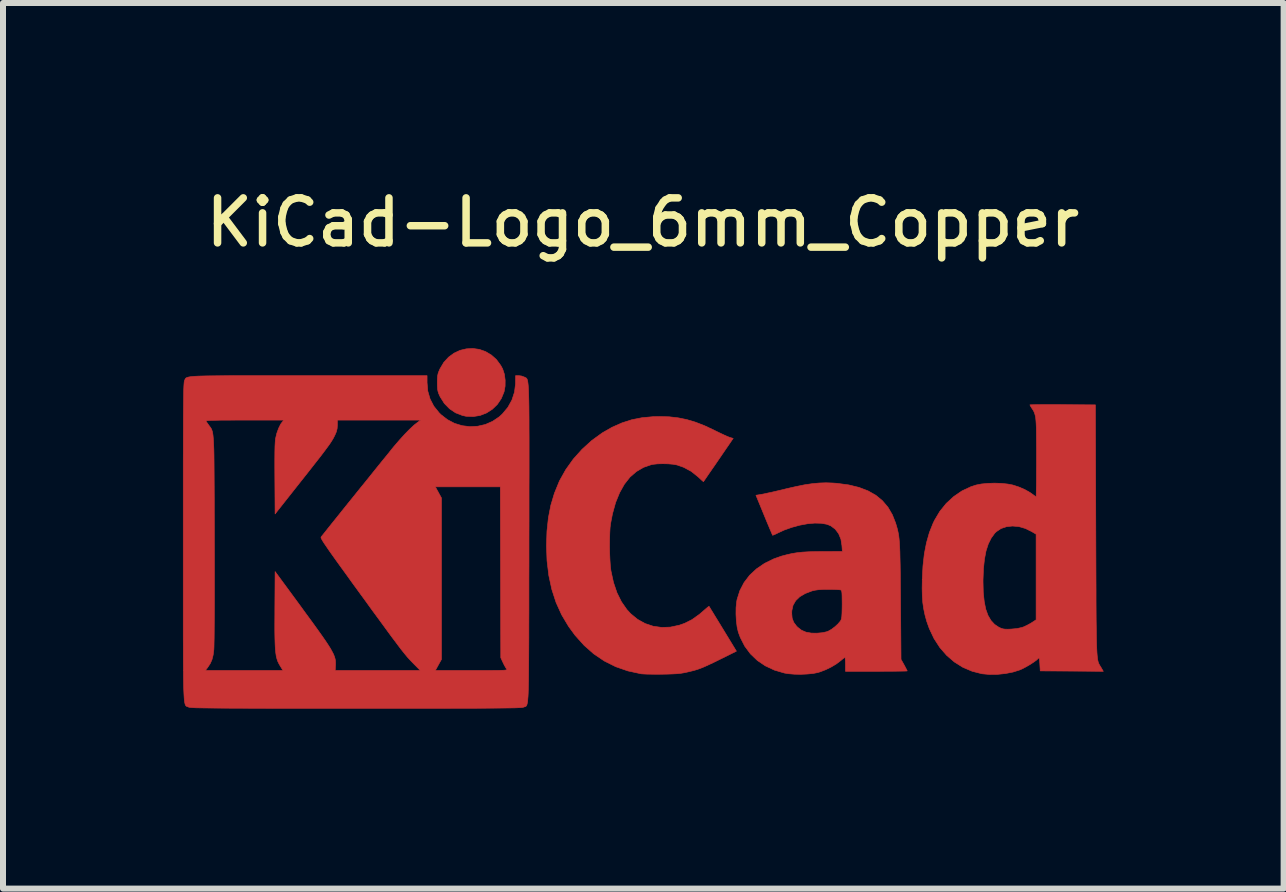
<source format=kicad_pcb>
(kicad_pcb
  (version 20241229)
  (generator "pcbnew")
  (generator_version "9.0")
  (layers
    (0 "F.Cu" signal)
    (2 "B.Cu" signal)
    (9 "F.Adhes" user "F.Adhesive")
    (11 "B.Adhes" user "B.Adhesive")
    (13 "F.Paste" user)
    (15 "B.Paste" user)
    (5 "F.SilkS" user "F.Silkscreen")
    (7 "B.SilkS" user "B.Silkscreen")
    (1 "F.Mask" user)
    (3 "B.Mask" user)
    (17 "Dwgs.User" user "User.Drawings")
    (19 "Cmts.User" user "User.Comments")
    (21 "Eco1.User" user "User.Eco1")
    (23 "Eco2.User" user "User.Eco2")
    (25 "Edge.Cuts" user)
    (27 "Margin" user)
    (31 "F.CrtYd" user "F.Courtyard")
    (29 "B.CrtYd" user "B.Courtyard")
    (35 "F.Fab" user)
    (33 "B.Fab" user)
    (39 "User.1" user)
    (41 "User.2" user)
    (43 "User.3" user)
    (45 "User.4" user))
  (footprint "KiCad-Logo_6mm_Copper"
    (layer "F.Cu")
    (at 7.666 5.738)
    (property "Reference" "KiCad-Logo_6mm_Copper" (at 0 -5.08 0) (layer "F.SilkS") (effects (font (size 0.75 0.75) (thickness 0.125))))
    (attr exclude_from_pos_files exclude_from_bom allow_missing_courtyard)
    (fp_poly (pts (xy -2.726 -2.964) (xy -2.623 -2.928) (xy -2.527 -2.871) (xy -2.441 -2.795) (xy -2.369 -2.697) (xy -2.336 -2.636) (xy -2.308 -2.55) (xy -2.295 -2.451) (xy -2.296 -2.35) (xy -2.313 -2.257) (xy -2.359 -2.145) (xy -2.425 -2.047) (xy -2.509 -1.966) (xy -2.606 -1.904) (xy -2.714 -1.862) (xy -2.829 -1.844) (xy -2.948 -1.849) (xy -3.007 -1.862) (xy -3.121 -1.906) (xy -3.222 -1.974) (xy -3.309 -2.063) (xy -3.377 -2.171) (xy -3.383 -2.183) (xy -3.403 -2.227) (xy -3.415 -2.265) (xy -3.422 -2.304) (xy -3.425 -2.355) (xy -3.426 -2.41) (xy -3.425 -2.476) (xy -3.421 -2.523) (xy -3.413 -2.562) (xy -3.399 -2.6) (xy -3.382 -2.639) (xy -3.318 -2.747) (xy -3.238 -2.834) (xy -3.147 -2.901) (xy -3.047 -2.948) (xy -2.941 -2.973) (xy -2.833 -2.979) (xy -2.726 -2.964)) (stroke (width 0.01) (type solid)) (fill yes) (layer "F.Cu"))
    (fp_poly (pts (xy 0.44 -1.84) (xy 0.588 -1.823) (xy 0.731 -1.794) (xy 0.876 -1.751) (xy 1.028 -1.692) (xy 1.192 -1.615) (xy 1.222 -1.6) (xy 1.29 -1.567) (xy 1.354 -1.537) (xy 1.408 -1.513) (xy 1.446 -1.498) (xy 1.451 -1.496) (xy 1.506 -1.48) (xy 1.26 -1.121) (xy 1.2 -1.033) (xy 1.144 -0.953) (xy 1.096 -0.883) (xy 1.057 -0.826) (xy 1.029 -0.785) (xy 1.013 -0.763) (xy 1.011 -0.759) (xy 1 -0.767) (xy 0.975 -0.789) (xy 0.939 -0.823) (xy 0.919 -0.841) (xy 0.806 -0.931) (xy 0.679 -0.999) (xy 0.57 -1.037) (xy 0.504 -1.049) (xy 0.422 -1.056) (xy 0.333 -1.058) (xy 0.247 -1.056) (xy 0.173 -1.048) (xy 0.144 -1.043) (xy 0.011 -0.997) (xy -0.108 -0.927) (xy -0.215 -0.834) (xy -0.308 -0.716) (xy -0.387 -0.575) (xy -0.454 -0.411) (xy -0.506 -0.223) (xy -0.537 -0.062) (xy -0.546 0.009) (xy -0.551 0.101) (xy -0.554 0.207) (xy -0.555 0.32) (xy -0.553 0.435) (xy -0.548 0.544) (xy -0.542 0.64) (xy -0.533 0.718) (xy -0.531 0.73) (xy -0.489 0.923) (xy -0.431 1.094) (xy -0.357 1.243) (xy -0.267 1.372) (xy -0.203 1.442) (xy -0.089 1.536) (xy 0.037 1.606) (xy 0.172 1.651) (xy 0.313 1.671) (xy 0.459 1.666) (xy 0.608 1.634) (xy 0.696 1.603) (xy 0.818 1.542) (xy 0.943 1.453) (xy 1.013 1.393) (xy 1.053 1.358) (xy 1.084 1.332) (xy 1.101 1.32) (xy 1.104 1.32) (xy 1.112 1.332) (xy 1.132 1.366) (xy 1.163 1.416) (xy 1.203 1.482) (xy 1.251 1.56) (xy 1.304 1.647) (xy 1.334 1.696) (xy 1.56 2.067) (xy 1.278 2.207) (xy 1.176 2.257) (xy 1.093 2.296) (xy 1.025 2.327) (xy 0.966 2.351) (xy 0.911 2.371) (xy 0.855 2.388) (xy 0.794 2.403) (xy 0.735 2.417) (xy 0.682 2.428) (xy 0.627 2.437) (xy 0.565 2.443) (xy 0.488 2.447) (xy 0.394 2.45) (xy 0.33 2.451) (xy 0.238 2.452) (xy 0.151 2.451) (xy 0.073 2.45) (xy 0.01 2.447) (xy -0.032 2.444) (xy -0.034 2.443) (xy -0.25 2.396) (xy -0.452 2.326) (xy -0.642 2.231) (xy -0.818 2.112) (xy -0.98 1.969) (xy -1.129 1.803) (xy -1.238 1.654) (xy -1.353 1.461) (xy -1.446 1.256) (xy -1.517 1.038) (xy -1.567 0.807) (xy -1.597 0.56) (xy -1.606 0.309) (xy -1.598 0.066) (xy -1.574 -0.158) (xy -1.533 -0.368) (xy -1.474 -0.565) (xy -1.396 -0.756) (xy -1.387 -0.776) (xy -1.284 -0.96) (xy -1.159 -1.135) (xy -1.013 -1.298) (xy -0.851 -1.445) (xy -0.676 -1.572) (xy -0.514 -1.665) (xy -0.349 -1.738) (xy -0.185 -1.791) (xy -0.013 -1.825) (xy 0.171 -1.842) (xy 0.281 -1.844) (xy 0.44 -1.84)) (stroke (width 0.01) (type solid)) (fill yes) (layer "F.Cu"))
    (fp_poly (pts (xy 6.842 -2.043) (xy 6.959 -2.043) (xy 6.999 -2.042) (xy 7.544 -2.039) (xy 7.551 0.055) (xy 7.552 0.339) (xy 7.553 0.597) (xy 7.554 0.83) (xy 7.555 1.039) (xy 7.555 1.227) (xy 7.556 1.393) (xy 7.557 1.54) (xy 7.559 1.669) (xy 7.56 1.782) (xy 7.562 1.879) (xy 7.564 1.961) (xy 7.567 2.031) (xy 7.57 2.09) (xy 7.574 2.138) (xy 7.578 2.177) (xy 7.582 2.209) (xy 7.588 2.235) (xy 7.594 2.257) (xy 7.601 2.274) (xy 7.609 2.29) (xy 7.618 2.305) (xy 7.627 2.32) (xy 7.638 2.337) (xy 7.64 2.341) (xy 7.676 2.403) (xy 7.15 2.399) (xy 6.625 2.396) (xy 6.618 2.28) (xy 6.614 2.225) (xy 6.61 2.193) (xy 6.605 2.18) (xy 6.597 2.183) (xy 6.59 2.19) (xy 6.561 2.217) (xy 6.514 2.251) (xy 6.456 2.289) (xy 6.392 2.326) (xy 6.33 2.359) (xy 6.283 2.38) (xy 6.171 2.415) (xy 6.044 2.44) (xy 5.909 2.454) (xy 5.777 2.455) (xy 5.656 2.444) (xy 5.654 2.444) (xy 5.49 2.402) (xy 5.335 2.336) (xy 5.193 2.247) (xy 5.065 2.137) (xy 4.951 2.006) (xy 4.854 1.856) (xy 4.775 1.689) (xy 4.731 1.565) (xy 4.703 1.462) (xy 4.682 1.361) (xy 4.667 1.258) (xy 4.659 1.146) (xy 4.656 1.019) (xy 4.658 0.915) (xy 5.671 0.915) (xy 5.675 1.089) (xy 5.691 1.239) (xy 5.716 1.366) (xy 5.754 1.471) (xy 5.803 1.555) (xy 5.864 1.621) (xy 5.934 1.668) (xy 5.971 1.685) (xy 6.003 1.695) (xy 6.038 1.7) (xy 6.086 1.701) (xy 6.137 1.699) (xy 6.238 1.69) (xy 6.318 1.672) (xy 6.343 1.664) (xy 6.4 1.638) (xy 6.461 1.605) (xy 6.487 1.589) (xy 6.556 1.544) (xy 6.556 0.117) (xy 6.48 0.072) (xy 6.375 0.021) (xy 6.268 -0.01) (xy 6.162 -0.019) (xy 6.061 -0.008) (xy 5.97 0.023) (xy 5.893 0.075) (xy 5.868 0.099) (xy 5.808 0.181) (xy 5.759 0.279) (xy 5.721 0.396) (xy 5.695 0.533) (xy 5.678 0.692) (xy 5.671 0.876) (xy 5.671 0.915) (xy 4.658 0.915) (xy 4.658 0.872) (xy 4.67 0.646) (xy 4.693 0.442) (xy 4.729 0.258) (xy 4.777 0.089) (xy 4.839 -0.066) (xy 4.861 -0.112) (xy 4.95 -0.262) (xy 5.058 -0.396) (xy 5.182 -0.51) (xy 5.319 -0.604) (xy 5.468 -0.674) (xy 5.557 -0.703) (xy 5.644 -0.72) (xy 5.749 -0.73) (xy 5.863 -0.734) (xy 5.977 -0.73) (xy 6.083 -0.719) (xy 6.167 -0.703) (xy 6.268 -0.67) (xy 6.366 -0.628) (xy 6.451 -0.58) (xy 6.497 -0.548) (xy 6.528 -0.525) (xy 6.55 -0.51) (xy 6.555 -0.508) (xy 6.557 -0.521) (xy 6.558 -0.559) (xy 6.559 -0.619) (xy 6.561 -0.699) (xy 6.562 -0.795) (xy 6.562 -0.906) (xy 6.563 -1.027) (xy 6.563 -1.151) (xy 6.563 -1.31) (xy 6.562 -1.444) (xy 6.561 -1.555) (xy 6.56 -1.647) (xy 6.557 -1.721) (xy 6.553 -1.781) (xy 6.548 -1.829) (xy 6.54 -1.867) (xy 6.531 -1.898) (xy 6.52 -1.925) (xy 6.507 -1.949) (xy 6.49 -1.975) (xy 6.488 -1.978) (xy 6.467 -2.011) (xy 6.455 -2.034) (xy 6.453 -2.039) (xy 6.466 -2.04) (xy 6.504 -2.041) (xy 6.563 -2.042) (xy 6.642 -2.043) (xy 6.735 -2.043) (xy 6.842 -2.043)) (stroke (width 0.01) (type solid)) (fill yes) (layer "F.Cu"))
    (fp_poly (pts (xy 3.168 -0.736) (xy 3.236 -0.731) (xy 3.43 -0.705) (xy 3.603 -0.663) (xy 3.753 -0.606) (xy 3.884 -0.532) (xy 3.994 -0.441) (xy 4.086 -0.333) (xy 4.16 -0.206) (xy 4.214 -0.069) (xy 4.227 -0.025) (xy 4.239 0.016) (xy 4.249 0.057) (xy 4.258 0.099) (xy 4.266 0.145) (xy 4.272 0.196) (xy 4.277 0.257) (xy 4.281 0.327) (xy 4.285 0.411) (xy 4.287 0.509) (xy 4.29 0.624) (xy 4.292 0.759) (xy 4.293 0.915) (xy 4.295 1.095) (xy 4.296 1.236) (xy 4.304 2.204) (xy 4.356 2.297) (xy 4.38 2.342) (xy 4.398 2.377) (xy 4.407 2.395) (xy 4.407 2.396) (xy 4.394 2.398) (xy 4.356 2.399) (xy 4.297 2.4) (xy 4.22 2.401) (xy 4.127 2.402) (xy 4.021 2.402) (xy 3.906 2.403) (xy 3.892 2.403) (xy 3.378 2.403) (xy 3.378 2.286) (xy 3.377 2.233) (xy 3.374 2.193) (xy 3.371 2.171) (xy 3.369 2.169) (xy 3.356 2.178) (xy 3.328 2.2) (xy 3.291 2.231) (xy 3.29 2.231) (xy 3.224 2.281) (xy 3.14 2.331) (xy 3.048 2.376) (xy 2.957 2.411) (xy 2.918 2.423) (xy 2.838 2.439) (xy 2.741 2.448) (xy 2.635 2.453) (xy 2.528 2.451) (xy 2.43 2.443) (xy 2.362 2.432) (xy 2.194 2.383) (xy 2.042 2.312) (xy 1.909 2.222) (xy 1.794 2.112) (xy 1.699 1.984) (xy 1.625 1.839) (xy 1.592 1.751) (xy 1.572 1.665) (xy 1.559 1.562) (xy 1.553 1.451) (xy 1.553 1.435) (xy 2.482 1.435) (xy 2.489 1.517) (xy 2.515 1.586) (xy 2.562 1.649) (xy 2.581 1.668) (xy 2.645 1.718) (xy 2.72 1.75) (xy 2.81 1.766) (xy 2.904 1.767) (xy 2.994 1.759) (xy 3.062 1.744) (xy 3.092 1.733) (xy 3.145 1.703) (xy 3.202 1.66) (xy 3.254 1.612) (xy 3.293 1.566) (xy 3.303 1.549) (xy 3.311 1.526) (xy 3.317 1.488) (xy 3.32 1.433) (xy 3.322 1.357) (xy 3.323 1.284) (xy 3.322 1.199) (xy 3.321 1.138) (xy 3.319 1.096) (xy 3.315 1.07) (xy 3.309 1.055) (xy 3.301 1.048) (xy 3.299 1.046) (xy 3.276 1.043) (xy 3.233 1.04) (xy 3.173 1.038) (xy 3.104 1.037) (xy 3.089 1.037) (xy 2.997 1.038) (xy 2.925 1.043) (xy 2.869 1.051) (xy 2.822 1.062) (xy 2.706 1.106) (xy 2.615 1.16) (xy 2.548 1.225) (xy 2.504 1.302) (xy 2.484 1.391) (xy 2.482 1.435) (xy 1.553 1.435) (xy 1.554 1.342) (xy 1.564 1.245) (xy 1.571 1.205) (xy 1.617 1.059) (xy 1.687 0.924) (xy 1.78 0.802) (xy 1.895 0.695) (xy 2.03 0.603) (xy 2.183 0.528) (xy 2.313 0.482) (xy 2.401 0.459) (xy 2.484 0.44) (xy 2.569 0.426) (xy 2.661 0.416) (xy 2.765 0.41) (xy 2.888 0.407) (xy 2.998 0.406) (xy 3.326 0.405) (xy 3.319 0.307) (xy 3.302 0.2) (xy 3.264 0.108) (xy 3.207 0.033) (xy 3.134 -0.022) (xy 3.07 -0.048) (xy 2.977 -0.065) (xy 2.867 -0.068) (xy 2.745 -0.057) (xy 2.615 -0.033) (xy 2.483 0.003) (xy 2.354 0.049) (xy 2.261 0.092) (xy 2.216 0.114) (xy 2.181 0.129) (xy 2.164 0.135) (xy 2.163 0.135) (xy 2.157 0.121) (xy 2.142 0.086) (xy 2.119 0.032) (xy 2.09 -0.037) (xy 2.056 -0.118) (xy 2.022 -0.201) (xy 1.886 -0.532) (xy 1.983 -0.548) (xy 2.025 -0.556) (xy 2.088 -0.57) (xy 2.167 -0.587) (xy 2.257 -0.608) (xy 2.351 -0.63) (xy 2.389 -0.64) (xy 2.552 -0.677) (xy 2.694 -0.706) (xy 2.822 -0.725) (xy 2.939 -0.736) (xy 3.053 -0.74) (xy 3.168 -0.736)) (stroke (width 0.01) (type solid)) (fill yes) (layer "F.Cu"))
    (fp_poly (pts (xy -5.956 -2.526) (xy -5.691 -2.526) (xy -5.568 -2.526) (xy -3.597 -2.526) (xy -3.597 -2.41) (xy -3.585 -2.269) (xy -3.547 -2.138) (xy -3.485 -2.018) (xy -3.396 -1.907) (xy -3.366 -1.877) (xy -3.258 -1.793) (xy -3.14 -1.731) (xy -3.013 -1.692) (xy -2.883 -1.676) (xy -2.752 -1.683) (xy -2.625 -1.712) (xy -2.504 -1.765) (xy -2.393 -1.84) (xy -2.343 -1.886) (xy -2.25 -1.997) (xy -2.182 -2.12) (xy -2.139 -2.252) (xy -2.122 -2.392) (xy -2.122 -2.406) (xy -2.121 -2.526) (xy -2.068 -2.526) (xy -2.022 -2.52) (xy -1.979 -2.504) (xy -1.976 -2.503) (xy -1.966 -2.498) (xy -1.957 -2.494) (xy -1.949 -2.49) (xy -1.942 -2.485) (xy -1.935 -2.477) (xy -1.929 -2.467) (xy -1.924 -2.451) (xy -1.919 -2.43) (xy -1.915 -2.402) (xy -1.911 -2.366) (xy -1.908 -2.321) (xy -1.905 -2.266) (xy -1.903 -2.199) (xy -1.901 -2.12) (xy -1.899 -2.027) (xy -1.898 -1.919) (xy -1.897 -1.795) (xy -1.897 -1.654) (xy -1.896 -1.495) (xy -1.896 -1.317) (xy -1.896 -1.118) (xy -1.896 -0.897) (xy -1.897 -0.654) (xy -1.897 -0.386) (xy -1.897 -0.094) (xy -1.898 0.224) (xy -1.898 0.263) (xy -1.898 0.584) (xy -1.899 0.878) (xy -1.899 1.147) (xy -1.899 1.392) (xy -1.9 1.614) (xy -1.9 1.814) (xy -1.901 1.994) (xy -1.902 2.154) (xy -1.903 2.296) (xy -1.904 2.421) (xy -1.905 2.529) (xy -1.907 2.623) (xy -1.909 2.702) (xy -1.911 2.769) (xy -1.914 2.825) (xy -1.918 2.87) (xy -1.921 2.906) (xy -1.926 2.934) (xy -1.931 2.954) (xy -1.936 2.969) (xy -1.942 2.979) (xy -1.949 2.986) (xy -1.956 2.99) (xy -1.965 2.993) (xy -1.974 2.995) (xy -1.983 2.999) (xy -1.986 3) (xy -1.993 3.002) (xy -2.006 3.005) (xy -2.025 3.007) (xy -2.051 3.009) (xy -2.085 3.01) (xy -2.129 3.012) (xy -2.184 3.013) (xy -2.25 3.014) (xy -2.329 3.015) (xy -2.422 3.016) (xy -2.53 3.017) (xy -2.654 3.018) (xy -2.795 3.019) (xy -2.955 3.019) (xy -3.134 3.019) (xy -3.333 3.02) (xy -3.554 3.02) (xy -3.798 3.02) (xy -4.066 3.02) (xy -4.358 3.02) (xy -4.677 3.02) (xy -4.78 3.02) (xy -5.106 3.02) (xy -5.405 3.02) (xy -5.679 3.02) (xy -5.929 3.02) (xy -6.156 3.02) (xy -6.361 3.019) (xy -6.545 3.019) (xy -6.71 3.018) (xy -6.856 3.018) (xy -6.984 3.017) (xy -7.097 3.016) (xy -7.194 3.015) (xy -7.277 3.014) (xy -7.347 3.013) (xy -7.405 3.012) (xy -7.453 3.011) (xy -7.491 3.009) (xy -7.52 3.007) (xy -7.542 3.005) (xy -7.558 3.003) (xy -7.569 3.001) (xy -7.574 2.998) (xy -7.585 2.994) (xy -7.594 2.991) (xy -7.603 2.988) (xy -7.611 2.983) (xy -7.618 2.977) (xy -7.624 2.967) (xy -7.63 2.952) (xy -7.635 2.932) (xy -7.64 2.905) (xy -7.644 2.87) (xy -7.647 2.826) (xy -7.65 2.772) (xy -7.653 2.706) (xy -7.655 2.628) (xy -7.657 2.536) (xy -7.658 2.43) (xy -7.658 2.389) (xy -7.292 2.389) (xy -5.997 2.389) (xy -6.022 2.351) (xy -6.046 2.312) (xy -6.067 2.275) (xy -6.085 2.238) (xy -6.099 2.197) (xy -6.111 2.15) (xy -6.119 2.094) (xy -6.126 2.028) (xy -6.13 1.948) (xy -6.133 1.852) (xy -6.135 1.736) (xy -6.135 1.6) (xy -6.134 1.439) (xy -6.134 1.379) (xy -6.13 0.74) (xy -5.725 1.291) (xy -5.611 1.448) (xy -5.511 1.584) (xy -5.426 1.702) (xy -5.354 1.803) (xy -5.294 1.889) (xy -5.245 1.963) (xy -5.206 2.025) (xy -5.177 2.078) (xy -5.154 2.123) (xy -5.139 2.163) (xy -5.129 2.198) (xy -5.124 2.231) (xy -5.123 2.264) (xy -5.123 2.299) (xy -5.124 2.303) (xy -5.128 2.389) (xy -3.709 2.389) (xy -3.814 2.283) (xy -3.843 2.253) (xy -3.87 2.225) (xy -3.897 2.196) (xy -3.925 2.165) (xy -3.955 2.129) (xy -3.988 2.088) (xy -4.026 2.041) (xy -4.069 1.984) (xy -4.119 1.917) (xy -4.178 1.839) (xy -4.245 1.748) (xy -4.323 1.641) (xy -4.413 1.518) (xy -4.516 1.378) (xy -4.632 1.217) (xy -4.728 1.086) (xy -4.848 0.921) (xy -4.952 0.776) (xy -5.043 0.651) (xy -5.12 0.544) (xy -5.184 0.454) (xy -5.237 0.379) (xy -5.279 0.317) (xy -5.312 0.269) (xy -5.336 0.231) (xy -5.352 0.203) (xy -5.362 0.184) (xy -5.365 0.172) (xy -5.364 0.165) (xy -5.351 0.148) (xy -5.322 0.112) (xy -5.279 0.058) (xy -5.225 -0.01) (xy -5.16 -0.091) (xy -5.086 -0.183) (xy -5.006 -0.283) (xy -4.921 -0.389) (xy -4.832 -0.499) (xy -4.742 -0.611) (xy -4.692 -0.673) (xy -3.459 -0.673) (xy -3.408 -0.58) (xy -3.357 -0.487) (xy -3.357 2.204) (xy -3.408 2.296) (xy -3.459 2.389) (xy -2.853 2.389) (xy -2.709 2.389) (xy -2.589 2.389) (xy -2.493 2.388) (xy -2.417 2.388) (xy -2.359 2.386) (xy -2.317 2.385) (xy -2.289 2.382) (xy -2.273 2.379) (xy -2.266 2.375) (xy -2.265 2.37) (xy -2.269 2.365) (xy -2.27 2.365) (xy -2.287 2.34) (xy -2.31 2.299) (xy -2.33 2.258) (xy -2.368 2.176) (xy -2.376 -0.673) (xy -3.459 -0.673) (xy -4.692 -0.673) (xy -4.651 -0.723) (xy -4.563 -0.832) (xy -4.479 -0.937) (xy -4.4 -1.035) (xy -4.328 -1.124) (xy -4.264 -1.202) (xy -4.212 -1.267) (xy -4.172 -1.317) (xy -4.148 -1.346) (xy -4.056 -1.453) (xy -3.968 -1.55) (xy -3.886 -1.634) (xy -3.814 -1.701) (xy -3.763 -1.741) (xy -3.703 -1.785) (xy -5.092 -1.785) (xy -5.092 -1.703) (xy -5.096 -1.643) (xy -5.11 -1.588) (xy -5.133 -1.535) (xy -5.148 -1.505) (xy -5.163 -1.476) (xy -5.182 -1.445) (xy -5.204 -1.41) (xy -5.232 -1.369) (xy -5.267 -1.322) (xy -5.31 -1.264) (xy -5.362 -1.195) (xy -5.426 -1.113) (xy -5.503 -1.015) (xy -5.593 -0.9) (xy -5.7 -0.765) (xy -5.712 -0.75) (xy -6.13 -0.221) (xy -6.134 -0.807) (xy -6.135 -0.983) (xy -6.135 -1.131) (xy -6.134 -1.254) (xy -6.132 -1.35) (xy -6.128 -1.421) (xy -6.124 -1.467) (xy -6.123 -1.475) (xy -6.101 -1.567) (xy -6.071 -1.649) (xy -6.038 -1.716) (xy -6.018 -1.744) (xy -5.984 -1.785) (xy -6.638 -1.785) (xy -6.794 -1.785) (xy -6.924 -1.784) (xy -7.031 -1.784) (xy -7.116 -1.782) (xy -7.182 -1.781) (xy -7.229 -1.779) (xy -7.26 -1.776) (xy -7.277 -1.773) (xy -7.282 -1.769) (xy -7.282 -1.768) (xy -7.268 -1.747) (xy -7.245 -1.714) (xy -7.233 -1.697) (xy -7.22 -1.68) (xy -7.209 -1.665) (xy -7.199 -1.65) (xy -7.19 -1.635) (xy -7.183 -1.616) (xy -7.176 -1.593) (xy -7.17 -1.565) (xy -7.165 -1.53) (xy -7.161 -1.486) (xy -7.157 -1.432) (xy -7.154 -1.367) (xy -7.151 -1.288) (xy -7.149 -1.196) (xy -7.148 -1.087) (xy -7.147 -0.961) (xy -7.146 -0.816) (xy -7.145 -0.651) (xy -7.144 -0.464) (xy -7.144 -0.253) (xy -7.143 -0.018) (xy -7.143 0.198) (xy -7.142 0.439) (xy -7.142 0.668) (xy -7.142 0.885) (xy -7.142 1.089) (xy -7.142 1.276) (xy -7.143 1.447) (xy -7.144 1.6) (xy -7.145 1.732) (xy -7.146 1.844) (xy -7.148 1.932) (xy -7.149 1.996) (xy -7.151 2.035) (xy -7.151 2.039) (xy -7.163 2.132) (xy -7.182 2.207) (xy -7.211 2.273) (xy -7.253 2.337) (xy -7.258 2.344) (xy -7.292 2.389) (xy -7.658 2.389) (xy -7.659 2.307) (xy -7.66 2.168) (xy -7.66 2.011) (xy -7.661 1.834) (xy -7.661 1.636) (xy -7.661 1.418) (xy -7.661 1.176) (xy -7.661 0.911) (xy -7.661 0.62) (xy -7.661 0.304) (xy -7.661 0.241) (xy -7.661 -0.079) (xy -7.661 -0.372) (xy -7.661 -0.641) (xy -7.661 -0.885) (xy -7.661 -1.106) (xy -7.66 -1.305) (xy -7.66 -1.484) (xy -7.659 -1.643) (xy -7.659 -1.784) (xy -7.658 -1.907) (xy -7.657 -2.015) (xy -7.656 -2.107) (xy -7.655 -2.185) (xy -7.654 -2.25) (xy -7.653 -2.304) (xy -7.651 -2.347) (xy -7.649 -2.381) (xy -7.647 -2.406) (xy -7.645 -2.425) (xy -7.643 -2.437) (xy -7.64 -2.444) (xy -7.64 -2.444) (xy -7.635 -2.455) (xy -7.631 -2.466) (xy -7.626 -2.475) (xy -7.62 -2.483) (xy -7.61 -2.49) (xy -7.596 -2.496) (xy -7.576 -2.502) (xy -7.549 -2.507) (xy -7.514 -2.511) (xy -7.469 -2.515) (xy -7.413 -2.518) (xy -7.345 -2.52) (xy -7.263 -2.522) (xy -7.166 -2.523) (xy -7.052 -2.524) (xy -6.921 -2.525) (xy -6.771 -2.526) (xy -6.601 -2.526) (xy -6.409 -2.526) (xy -6.195 -2.526) (xy -5.956 -2.526)) (stroke (width 0.01) (type solid)) (fill yes) (layer "F.Cu")))
  (gr_rect
    (start -3 -3)
    (end 18.348 11.763)
    (stroke (width 0.1) (type default))
    (fill no)
    (layer "Edge.Cuts")))
</source>
